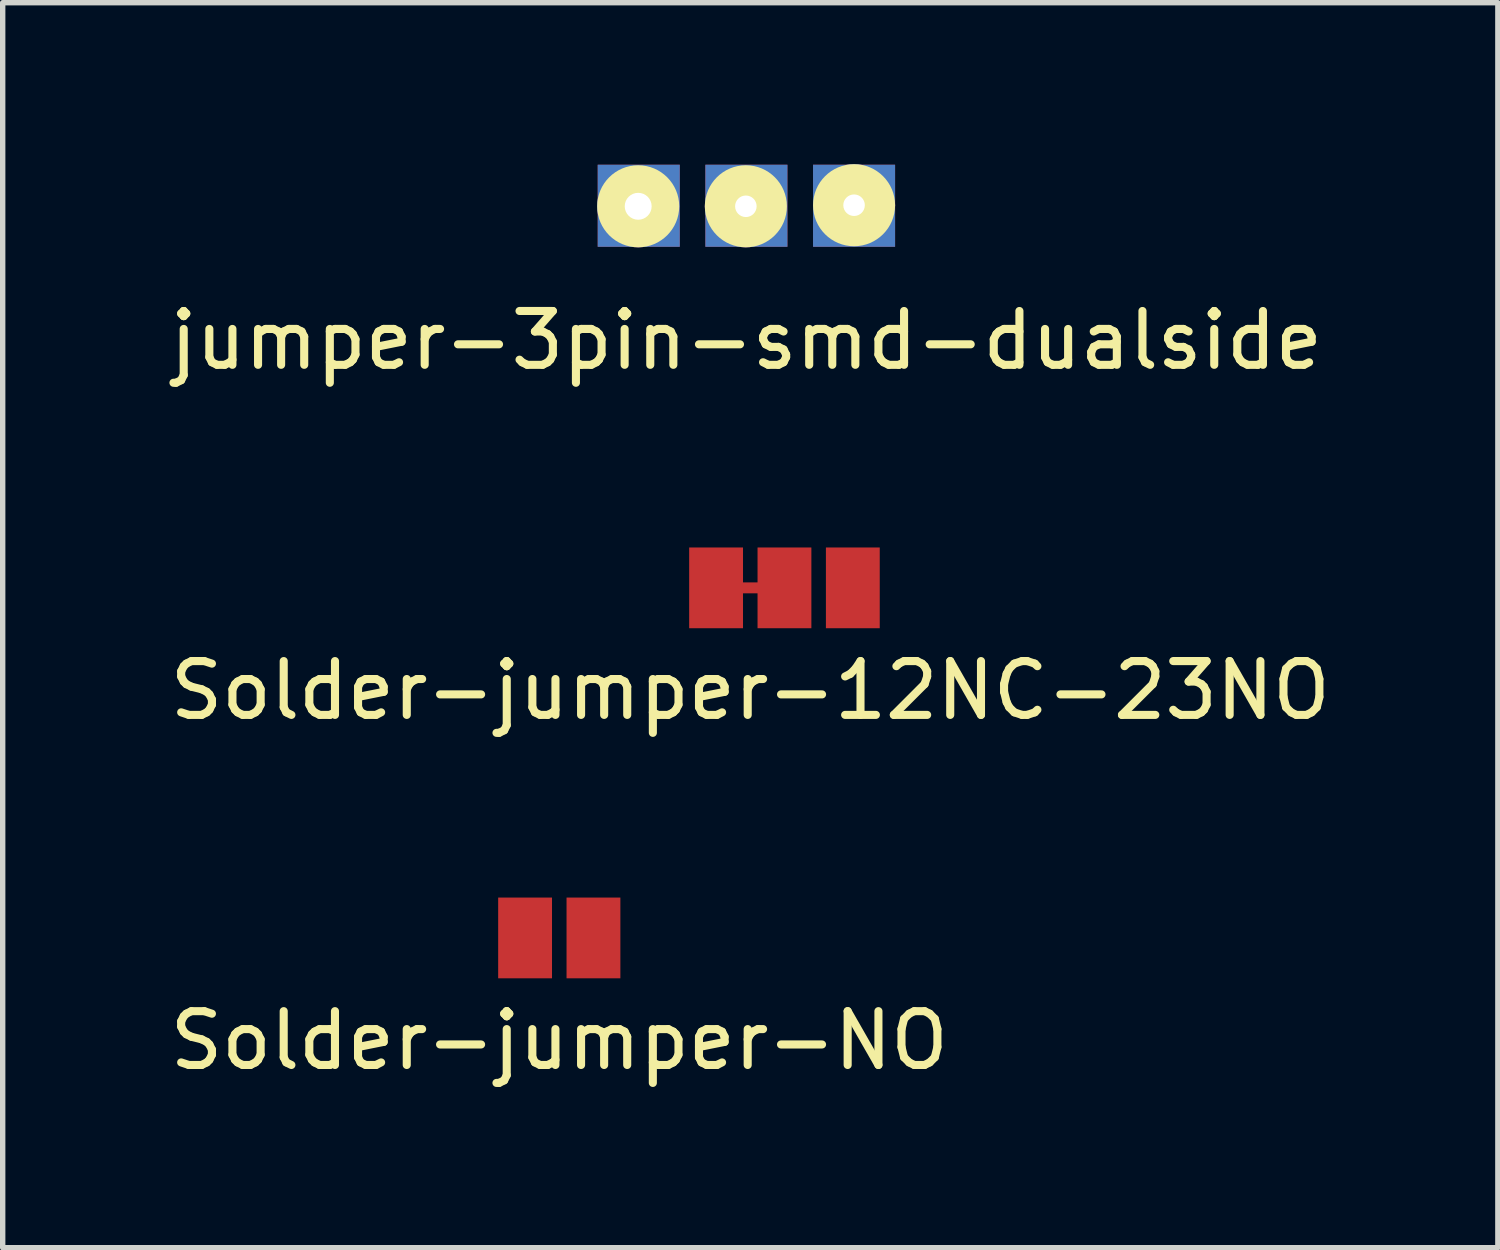
<source format=kicad_pcb>
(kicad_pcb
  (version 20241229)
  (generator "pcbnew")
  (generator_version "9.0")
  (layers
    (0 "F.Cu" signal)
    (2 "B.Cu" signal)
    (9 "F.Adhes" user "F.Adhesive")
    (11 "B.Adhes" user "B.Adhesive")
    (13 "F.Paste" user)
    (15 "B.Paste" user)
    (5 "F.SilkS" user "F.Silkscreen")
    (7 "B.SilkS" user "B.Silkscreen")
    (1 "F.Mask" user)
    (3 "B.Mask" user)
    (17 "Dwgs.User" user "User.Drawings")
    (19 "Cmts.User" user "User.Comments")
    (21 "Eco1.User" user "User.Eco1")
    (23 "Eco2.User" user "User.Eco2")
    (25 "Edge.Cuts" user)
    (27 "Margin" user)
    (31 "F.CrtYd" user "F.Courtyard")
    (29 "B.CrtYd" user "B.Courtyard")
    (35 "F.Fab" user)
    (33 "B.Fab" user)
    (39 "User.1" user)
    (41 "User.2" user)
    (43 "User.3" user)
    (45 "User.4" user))
  (footprint "Solder-jumper-NO"
    (layer "F.Cu")
    (at 7.339 14.373)
    (property "Reference" "Solder-jumper-NO" (at 0 1.905 0) (layer "F.SilkS") (effects (font (size 1 1) (thickness 0.15))))
    (attr through_hole)
    (pad "1" smd rect (at -0.635 0) (size 1 1.5) (layers "F.Cu" "F.Mask" "F.Paste"))
    (pad "2" smd rect (at 0.635 0) (size 1 1.5) (layers "F.Cu" "F.Mask" "F.Paste")))
  (footprint "Solder-jumper-12NC-23NO"
    (layer "F.Cu")
    (at 10.887 7.87)
    (property "Reference" "Solder-jumper-12NC-23NO" (at 0 1.905 0) (layer "F.SilkS") (effects (font (size 1 1) (thickness 0.15))))
    (attr through_hole)
    (pad "" smd rect (at 0 0 90) (size 0.203 0.508) (layers "F.Cu" "F.Mask" "F.Paste"))
    (pad "1" smd rect (at -0.635 0) (size 1 1.5) (layers "F.Cu" "F.Mask" "F.Paste"))
    (pad "2" smd rect (at 0.635 0) (size 1 1.5) (layers "F.Cu" "F.Mask" "F.Paste"))
    (pad "3" smd rect (at 1.905 0) (size 1 1.5) (layers "F.Cu" "F.Mask" "F.Paste")))
  (footprint "jumper-3pin-smd-dualside"
    (layer "F.Cu")
    (at 10.815 2.772)
    (property "Reference" "jumper-3pin-smd-dualside" (at 0 0.5 0) (layer "F.SilkS") (effects (font (size 1 1) (thickness 0.15))))
    (attr through_hole)
    (pad "1" thru_hole circle (at -2.01 -1.99) (size 1.524 1.524) (drill 0.5) (layers "*.Cu" "*.Mask" "F.SilkS"))
    (pad "1" smd rect (at -2 -2) (size 1.524 1.524) (layers "F.Cu" "F.Mask" "F.Paste"))
    (pad "1" smd rect (at -2 -2) (size 1.524 1.524) (layers "F.Mask" "B.Cu" "F.Paste"))
    (pad "2" thru_hole circle (at -0.01 -1.99) (size 1.524 1.524) (drill 0.4) (layers "*.Cu" "*.Mask" "F.SilkS"))
    (pad "2" smd rect (at 0 -2) (size 1.524 1.524) (layers "F.Cu" "F.Mask" "F.Paste"))
    (pad "2" smd rect (at 0 -2) (size 1.524 1.524) (layers "F.Mask" "B.Cu" "F.Paste"))
    (pad "3" thru_hole circle (at 2 -2.01) (size 1.524 1.524) (drill 0.4) (layers "*.Cu" "*.Mask" "F.SilkS"))
    (pad "3" smd rect (at 2 -2) (size 1.524 1.524) (layers "F.Cu" "F.Mask" "F.Paste"))
    (pad "3" smd rect (at 2 -2) (size 1.524 1.524) (layers "F.Mask" "B.Cu" "F.Paste")))
  (gr_rect
    (start -3 -3)
    (end 24.774 20.127)
    (stroke (width 0.1) (type default))
    (fill no)
    (layer "Edge.Cuts")))
</source>
